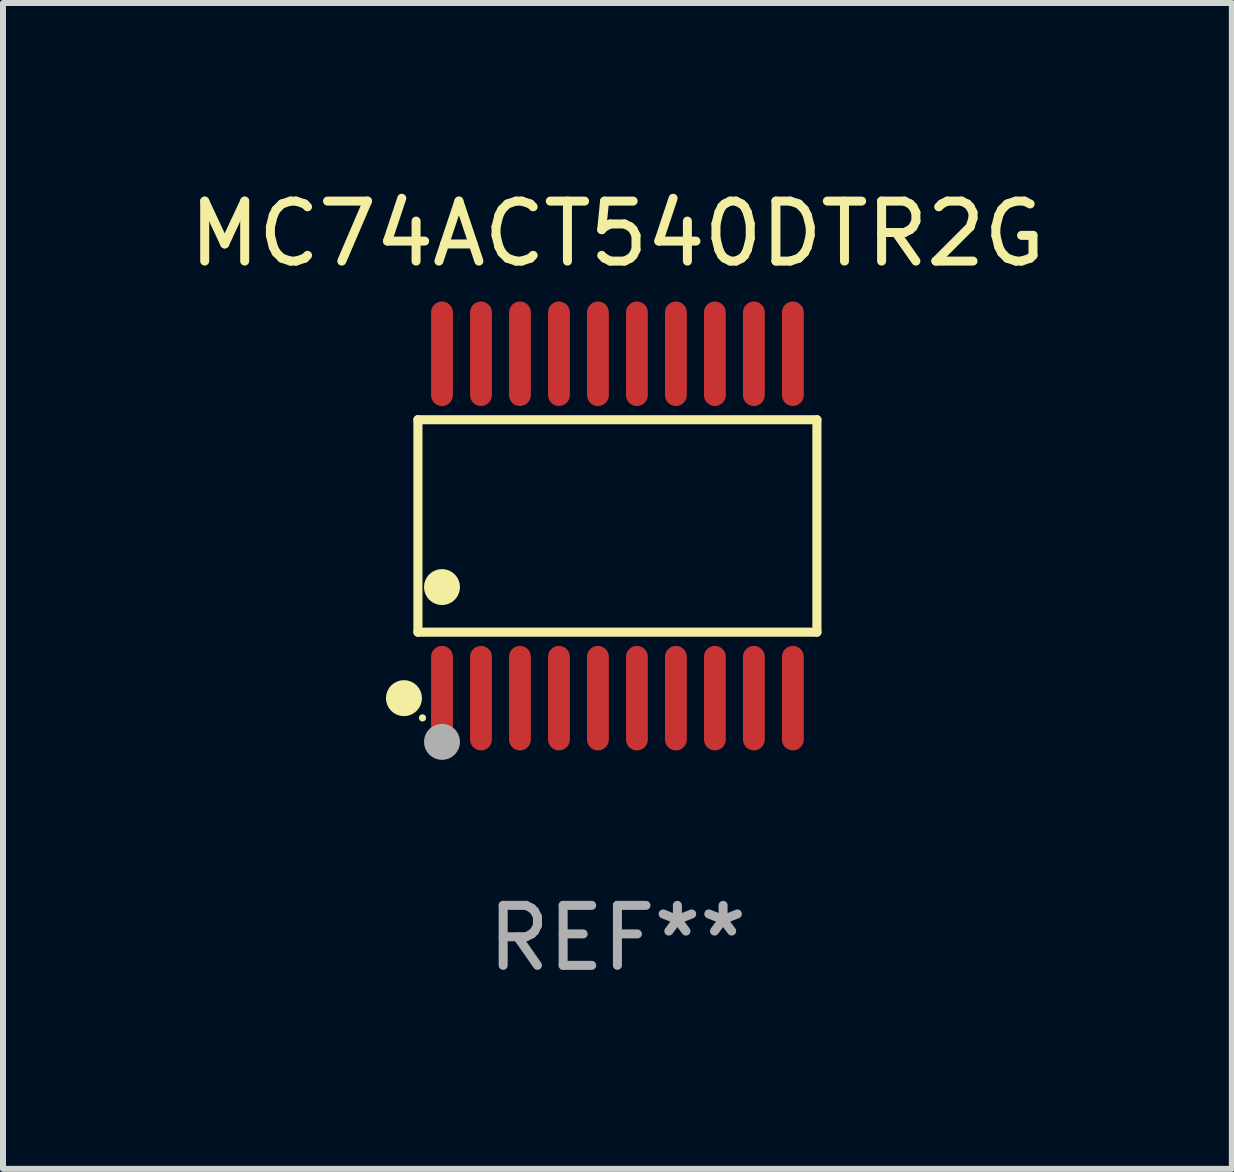
<source format=kicad_pcb>
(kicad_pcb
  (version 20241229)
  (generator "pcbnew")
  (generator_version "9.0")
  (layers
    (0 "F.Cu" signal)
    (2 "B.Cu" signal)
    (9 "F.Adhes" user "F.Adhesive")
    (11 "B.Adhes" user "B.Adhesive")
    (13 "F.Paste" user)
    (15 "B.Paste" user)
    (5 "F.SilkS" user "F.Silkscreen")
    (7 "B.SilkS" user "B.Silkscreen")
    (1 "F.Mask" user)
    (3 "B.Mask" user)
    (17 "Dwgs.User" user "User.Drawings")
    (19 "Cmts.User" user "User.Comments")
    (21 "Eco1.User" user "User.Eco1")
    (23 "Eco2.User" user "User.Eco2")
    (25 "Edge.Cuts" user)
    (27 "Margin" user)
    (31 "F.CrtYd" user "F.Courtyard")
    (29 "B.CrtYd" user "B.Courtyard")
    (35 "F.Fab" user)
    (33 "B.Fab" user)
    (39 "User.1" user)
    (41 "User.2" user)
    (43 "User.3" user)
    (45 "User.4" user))
  (footprint "MC74ACT540DTR2G"
    (layer "F.Cu")
    (at 7.244 5.719)
    (property "Reference" "MC74ACT540DTR2G" (at 0 -4.871 0) (layer "F.SilkS") (effects (font (size 1 1) (thickness 0.15))))
    (attr through_hole)
    (fp_line (start -3.326 -1.771) (end 3.326 -1.771) (stroke (width 0.152) (type solid)) (layer "F.SilkS"))
    (fp_line (start -3.326 1.771) (end -3.326 -1.771) (stroke (width 0.152) (type solid)) (layer "F.SilkS"))
    (fp_line (start 3.326 -1.771) (end 3.326 1.771) (stroke (width 0.152) (type solid)) (layer "F.SilkS"))
    (fp_line (start 3.326 1.771) (end -3.326 1.771) (stroke (width 0.152) (type solid)) (layer "F.SilkS"))
    (fp_circle (center -3.559 2.871) (end -3.409 2.871) (stroke (width 0.3) (type solid)) (fill no) (layer "F.SilkS"))
    (fp_circle (center -3.25 3.2) (end -3.22 3.2) (stroke (width 0.06) (type solid)) (fill no) (layer "F.SilkS"))
    (fp_circle (center -2.925 1.019) (end -2.775 1.019) (stroke (width 0.3) (type solid)) (fill no) (layer "F.SilkS"))
    (fp_circle (center -2.925 3.6) (end -2.775 3.6) (stroke (width 0.3) (type solid)) (fill no) (layer "F.Fab"))
    (fp_text user "REF**" (at 0 6.871 0) (layer "F.Fab") (effects (font (size 1 1) (thickness 0.15))))
    (pad "1" smd oval (at -2.925 2.871) (size 0.364 1.742) (layers "F.Cu" "F.Mask" "F.Paste"))
    (pad "2" smd oval (at -2.275 2.871) (size 0.364 1.742) (layers "F.Cu" "F.Mask" "F.Paste"))
    (pad "3" smd oval (at -1.625 2.871) (size 0.364 1.742) (layers "F.Cu" "F.Mask" "F.Paste"))
    (pad "4" smd oval (at -0.975 2.871) (size 0.364 1.742) (layers "F.Cu" "F.Mask" "F.Paste"))
    (pad "5" smd oval (at -0.325 2.871) (size 0.364 1.742) (layers "F.Cu" "F.Mask" "F.Paste"))
    (pad "6" smd oval (at 0.325 2.871) (size 0.364 1.742) (layers "F.Cu" "F.Mask" "F.Paste"))
    (pad "7" smd oval (at 0.975 2.871) (size 0.364 1.742) (layers "F.Cu" "F.Mask" "F.Paste"))
    (pad "8" smd oval (at 1.625 2.871) (size 0.364 1.742) (layers "F.Cu" "F.Mask" "F.Paste"))
    (pad "9" smd oval (at 2.275 2.871) (size 0.364 1.742) (layers "F.Cu" "F.Mask" "F.Paste"))
    (pad "10" smd oval (at 2.925 2.871) (size 0.364 1.742) (layers "F.Cu" "F.Mask" "F.Paste"))
    (pad "11" smd oval (at 2.925 -2.871) (size 0.364 1.742) (layers "F.Cu" "F.Mask" "F.Paste"))
    (pad "12" smd oval (at 2.275 -2.871) (size 0.364 1.742) (layers "F.Cu" "F.Mask" "F.Paste"))
    (pad "13" smd oval (at 1.625 -2.871) (size 0.364 1.742) (layers "F.Cu" "F.Mask" "F.Paste"))
    (pad "14" smd oval (at 0.975 -2.871) (size 0.364 1.742) (layers "F.Cu" "F.Mask" "F.Paste"))
    (pad "15" smd oval (at 0.325 -2.871) (size 0.364 1.742) (layers "F.Cu" "F.Mask" "F.Paste"))
    (pad "16" smd oval (at -0.325 -2.871) (size 0.364 1.742) (layers "F.Cu" "F.Mask" "F.Paste"))
    (pad "17" smd oval (at -0.975 -2.871) (size 0.364 1.742) (layers "F.Cu" "F.Mask" "F.Paste"))
    (pad "18" smd oval (at -1.625 -2.871) (size 0.364 1.742) (layers "F.Cu" "F.Mask" "F.Paste"))
    (pad "19" smd oval (at -2.275 -2.871) (size 0.364 1.742) (layers "F.Cu" "F.Mask" "F.Paste"))
    (pad "20" smd oval (at -2.925 -2.871) (size 0.364 1.742) (layers "F.Cu" "F.Mask" "F.Paste")))
  (gr_rect
    (start -3 -3)
    (end 17.488 16.438)
    (stroke (width 0.1) (type default))
    (fill no)
    (layer "Edge.Cuts")))
</source>
